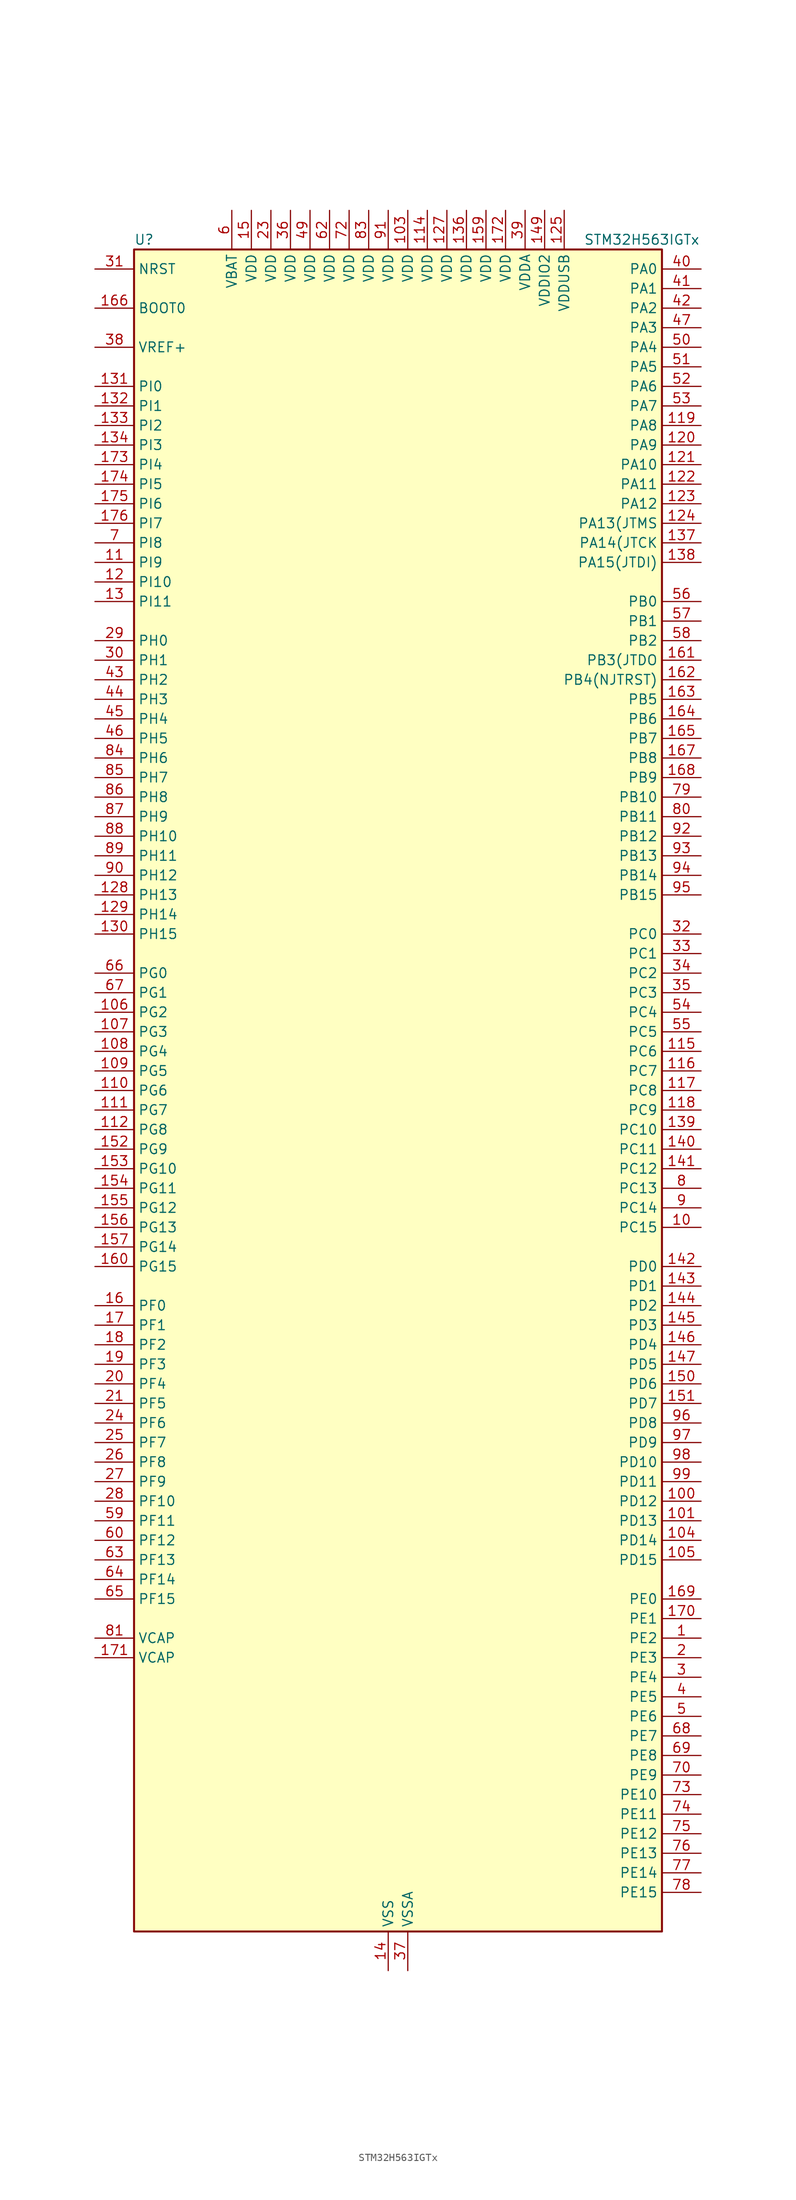
<source format=kicad_sym>
(kicad_symbol_lib
  (version 20231120)
  (generator "kicad_symbol_editor")
  (generator_version "8.0")
  (symbol "STM32H563IGTx"
    (property "Reference" "U"
      (at -33.02 110.49 0)
      (effects (font (size 1.27 1.27)) (justify left)))
    (property "Value" "STM32H563IGTx"
      (at 25.4 110.49 0)
      (effects (font (size 1.27 1.27)) (justify left)))
    (property "ki_locked" ""
      (at 0 0 0)
      (effects (font (size 1.27 1.27))))
    (symbol "STM32H563IGTx_0_1"
      (rectangle (start -33.02 -109.22) (end 35.56 109.22) (stroke (width 0.254) (type default)) (fill (type background))))
    (symbol "STM32H563IGTx_1_1"
      (pin bidirectional line (at 40.64 -71.12 180) (length 5.08) (name "PE2" (effects (font (size 1.27 1.27)))) (number "1" (effects (font (size 1.27 1.27)))) (alternate "DCMI_D3" bidirectional line) (alternate "DEBUG_TRACECLK" bidirectional line) (alternate "ETH_TXD3" bidirectional line) (alternate "FMC_A23" bidirectional line) (alternate "LPTIM1_IN2" bidirectional line) (alternate "OCTOSPI1_IO2" bidirectional line) (alternate "PSSI_D3" bidirectional line) (alternate "SAI1_CK1" bidirectional line) (alternate "SAI1_MCLK_A" bidirectional line) (alternate "SPI4_SCK" bidirectional line) (alternate "UART8_TX" bidirectional line) (alternate "USART10_RX" bidirectional line))
      (pin bidirectional line (at 40.64 -17.78 180) (length 5.08) (name "PC15" (effects (font (size 1.27 1.27)))) (number "10" (effects (font (size 1.27 1.27)))) (alternate "ADC1_EXTI15" bidirectional line) (alternate "ADC2_EXTI15" bidirectional line) (alternate "RCC_OSC32_OUT" bidirectional line))
      (pin bidirectional line (at 40.64 -53.34 180) (length 5.08) (name "PD12" (effects (font (size 1.27 1.27)))) (number "100" (effects (font (size 1.27 1.27)))) (alternate "DCMI_D12" bidirectional line) (alternate "FMC_A17" bidirectional line) (alternate "FMC_ALE" bidirectional line) (alternate "I2C4_SCL" bidirectional line) (alternate "I3C1_SCL" bidirectional line) (alternate "LPTIM1_IN1" bidirectional line) (alternate "LPTIM2_IN1" bidirectional line) (alternate "OCTOSPI1_IO1" bidirectional line) (alternate "PSSI_D12" bidirectional line) (alternate "SAI1_D1" bidirectional line) (alternate "SAI2_FS_A" bidirectional line) (alternate "TIM4_CH1" bidirectional line) (alternate "UART4_TX" bidirectional line) (alternate "USART3_RTS" bidirectional line))
      (pin bidirectional line (at 40.64 -55.88 180) (length 5.08) (name "PD13" (effects (font (size 1.27 1.27)))) (number "101" (effects (font (size 1.27 1.27)))) (alternate "DCMI_D13" bidirectional line) (alternate "FMC_A18" bidirectional line) (alternate "I2C4_SDA" bidirectional line) (alternate "I3C1_SDA" bidirectional line) (alternate "LPTIM1_CH1" bidirectional line) (alternate "LPTIM2_CH1" bidirectional line) (alternate "LPTIM4_IN1" bidirectional line) (alternate "OCTOSPI1_IO3" bidirectional line) (alternate "PSSI_D13" bidirectional line) (alternate "SAI2_SCK_A" bidirectional line) (alternate "TIM4_CH2" bidirectional line) (alternate "UART9_RTS" bidirectional line))
      (pin passive line (at 0 -114.3 90) (length 5.08) hide (name "VSS" (effects (font (size 1.27 1.27)))) (number "102" (effects (font (size 1.27 1.27)))))
      (pin power_in line (at 2.54 114.3 270) (length 5.08) (name "VDD" (effects (font (size 1.27 1.27)))) (number "103" (effects (font (size 1.27 1.27)))))
      (pin bidirectional line (at 40.64 -58.42 180) (length 5.08) (name "PD14" (effects (font (size 1.27 1.27)))) (number "104" (effects (font (size 1.27 1.27)))) (alternate "FMC_D0" bidirectional line) (alternate "FMC_DA0" bidirectional line) (alternate "TIM4_CH3" bidirectional line) (alternate "UART8_CTS" bidirectional line) (alternate "UART9_RX" bidirectional line))
      (pin bidirectional line (at 40.64 -60.96 180) (length 5.08) (name "PD15" (effects (font (size 1.27 1.27)))) (number "105" (effects (font (size 1.27 1.27)))) (alternate "ADC1_EXTI15" bidirectional line) (alternate "ADC2_EXTI15" bidirectional line) (alternate "FMC_D1" bidirectional line) (alternate "FMC_DA1" bidirectional line) (alternate "TIM4_CH4" bidirectional line) (alternate "UART8_RTS" bidirectional line) (alternate "UART9_TX" bidirectional line))
      (pin bidirectional line (at -38.1 10.16 0) (length 5.08) (name "PG2" (effects (font (size 1.27 1.27)))) (number "106" (effects (font (size 1.27 1.27)))) (alternate "FMC_A12" bidirectional line) (alternate "LPTIM6_ETR" bidirectional line) (alternate "TIM8_BKIN" bidirectional line) (alternate "UART12_RX" bidirectional line))
      (pin bidirectional line (at -38.1 7.62 0) (length 5.08) (name "PG3" (effects (font (size 1.27 1.27)))) (number "107" (effects (font (size 1.27 1.27)))) (alternate "FMC_A13" bidirectional line) (alternate "LPTIM5_ETR" bidirectional line) (alternate "TIM8_BKIN2" bidirectional line) (alternate "UART12_TX" bidirectional line))
      (pin bidirectional line (at -38.1 5.08 0) (length 5.08) (name "PG4" (effects (font (size 1.27 1.27)))) (number "108" (effects (font (size 1.27 1.27)))) (alternate "FMC_A14" bidirectional line) (alternate "FMC_BA0" bidirectional line) (alternate "LPTIM4_ETR" bidirectional line) (alternate "TIM1_BKIN2" bidirectional line))
      (pin bidirectional line (at -38.1 2.54 0) (length 5.08) (name "PG5" (effects (font (size 1.27 1.27)))) (number "109" (effects (font (size 1.27 1.27)))) (alternate "FMC_A15" bidirectional line) (alternate "FMC_BA1" bidirectional line) (alternate "TIM1_ETR" bidirectional line))
      (pin bidirectional line (at -38.1 68.58 0) (length 5.08) (name "PI9" (effects (font (size 1.27 1.27)))) (number "11" (effects (font (size 1.27 1.27)))) (alternate "DAC1_EXTI9" bidirectional line) (alternate "FDCAN1_RX" bidirectional line) (alternate "UART4_RX" bidirectional line))
      (pin bidirectional line (at -38.1 0 0) (length 5.08) (name "PG6" (effects (font (size 1.27 1.27)))) (number "110" (effects (font (size 1.27 1.27)))) (alternate "DCMI_D12" bidirectional line) (alternate "FMC_NE3" bidirectional line) (alternate "I2C4_SDA" bidirectional line) (alternate "I3C1_SDA" bidirectional line) (alternate "OCTOSPI1_NCS" bidirectional line) (alternate "PSSI_D12" bidirectional line) (alternate "SPI1_RDY" bidirectional line) (alternate "TIM17_BKIN" bidirectional line) (alternate "UCPD1_FRSTX" bidirectional line))
      (pin bidirectional line (at -38.1 -2.54 0) (length 5.08) (name "PG7" (effects (font (size 1.27 1.27)))) (number "111" (effects (font (size 1.27 1.27)))) (alternate "DCMI_D13" bidirectional line) (alternate "FMC_INT" bidirectional line) (alternate "I2C4_SCL" bidirectional line) (alternate "I3C1_SCL" bidirectional line) (alternate "PSSI_D13" bidirectional line) (alternate "SAI1_CK2" bidirectional line) (alternate "SAI1_MCLK_A" bidirectional line) (alternate "UCPD1_FRSTX" bidirectional line) (alternate "USART6_CK" bidirectional line))
      (pin bidirectional line (at -38.1 -5.08 0) (length 5.08) (name "PG8" (effects (font (size 1.27 1.27)))) (number "112" (effects (font (size 1.27 1.27)))) (alternate "ETH_PPS_OUT" bidirectional line) (alternate "FMC_SDCLK" bidirectional line) (alternate "SPI6_NSS" bidirectional line) (alternate "TIM8_ETR" bidirectional line) (alternate "USART6_RTS" bidirectional line))
      (pin passive line (at 0 -114.3 90) (length 5.08) hide (name "VSS" (effects (font (size 1.27 1.27)))) (number "113" (effects (font (size 1.27 1.27)))))
      (pin power_in line (at 5.08 114.3 270) (length 5.08) (name "VDD" (effects (font (size 1.27 1.27)))) (number "114" (effects (font (size 1.27 1.27)))))
      (pin bidirectional line (at 40.64 5.08 180) (length 5.08) (name "PC6" (effects (font (size 1.27 1.27)))) (number "115" (effects (font (size 1.27 1.27)))) (alternate "DCMI_D0" bidirectional line) (alternate "FMC_NWAIT" bidirectional line) (alternate "I2S2_MCK" bidirectional line) (alternate "OCTOSPI1_IO5" bidirectional line) (alternate "PSSI_D0" bidirectional line) (alternate "SAI1_SCK_A" bidirectional line) (alternate "SDMMC1_D0DIR" bidirectional line) (alternate "SDMMC1_D6" bidirectional line) (alternate "SDMMC2_D6" bidirectional line) (alternate "TIM3_CH1" bidirectional line) (alternate "TIM8_CH1" bidirectional line) (alternate "USART6_TX" bidirectional line))
      (pin bidirectional line (at 40.64 2.54 180) (length 5.08) (name "PC7" (effects (font (size 1.27 1.27)))) (number "116" (effects (font (size 1.27 1.27)))) (alternate "DCMI_D1" bidirectional line) (alternate "DEBUG_TRGIO" bidirectional line) (alternate "FMC_NE1" bidirectional line) (alternate "I2S3_MCK" bidirectional line) (alternate "OCTOSPI1_IO6" bidirectional line) (alternate "PSSI_D1" bidirectional line) (alternate "SDMMC1_D123DIR" bidirectional line) (alternate "SDMMC1_D7" bidirectional line) (alternate "SDMMC2_D7" bidirectional line) (alternate "TIM3_CH2" bidirectional line) (alternate "TIM8_CH2" bidirectional line) (alternate "USART6_RX" bidirectional line))
      (pin bidirectional line (at 40.64 0 180) (length 5.08) (name "PC8" (effects (font (size 1.27 1.27)))) (number "117" (effects (font (size 1.27 1.27)))) (alternate "DCMI_D2" bidirectional line) (alternate "DEBUG_TRACED1" bidirectional line) (alternate "FMC_ALE" bidirectional line) (alternate "FMC_INT" bidirectional line) (alternate "FMC_NCE" bidirectional line) (alternate "FMC_NE2" bidirectional line) (alternate "PSSI_D2" bidirectional line) (alternate "SDMMC1_D0" bidirectional line) (alternate "TIM3_CH3" bidirectional line) (alternate "TIM8_CH3" bidirectional line) (alternate "UART5_DE" bidirectional line) (alternate "UART5_RTS" bidirectional line) (alternate "USART6_CK" bidirectional line))
      (pin bidirectional line (at 40.64 -2.54 180) (length 5.08) (name "PC9" (effects (font (size 1.27 1.27)))) (number "118" (effects (font (size 1.27 1.27)))) (alternate "AUDIOCLK" bidirectional line) (alternate "DAC1_EXTI9" bidirectional line) (alternate "DCMI_D3" bidirectional line) (alternate "FMC_CLE" bidirectional line) (alternate "I2C3_SDA" bidirectional line) (alternate "OCTOSPI1_IO0" bidirectional line) (alternate "PSSI_D3" bidirectional line) (alternate "RCC_MCO_2" bidirectional line) (alternate "SDMMC1_D1" bidirectional line) (alternate "TIM3_CH4" bidirectional line) (alternate "TIM8_CH4" bidirectional line) (alternate "UART5_CTS" bidirectional line) (alternate "UCPD1_DB2" bidirectional line))
      (pin bidirectional line (at 40.64 86.36 180) (length 5.08) (name "PA8" (effects (font (size 1.27 1.27)))) (number "119" (effects (font (size 1.27 1.27)))) (alternate "DCMI_D3" bidirectional line) (alternate "FMC_NOE" bidirectional line) (alternate "I2C3_SCL" bidirectional line) (alternate "PSSI_D3" bidirectional line) (alternate "RCC_MCO_1" bidirectional line) (alternate "SPI1_RDY" bidirectional line) (alternate "TIM1_CH1" bidirectional line) (alternate "TIM8_BKIN2" bidirectional line) (alternate "UART7_RX" bidirectional line) (alternate "USART1_CK" bidirectional line) (alternate "USB_SOF" bidirectional line))
      (pin bidirectional line (at -38.1 66.04 0) (length 5.08) (name "PI10" (effects (font (size 1.27 1.27)))) (number "12" (effects (font (size 1.27 1.27)))) (alternate "ETH_RX_ER" bidirectional line) (alternate "FDCAN1_RX" bidirectional line) (alternate "PSSI_D14" bidirectional line))
      (pin bidirectional line (at 40.64 83.82 180) (length 5.08) (name "PA9" (effects (font (size 1.27 1.27)))) (number "120" (effects (font (size 1.27 1.27)))) (alternate "DAC1_EXTI9" bidirectional line) (alternate "DCMI_D0" bidirectional line) (alternate "ETH_TX_ER" bidirectional line) (alternate "FMC_NWE" bidirectional line) (alternate "I2C3_SMBA" bidirectional line) (alternate "I2S2_CK" bidirectional line) (alternate "LPUART1_TX" bidirectional line) (alternate "PSSI_D0" bidirectional line) (alternate "SPI2_SCK" bidirectional line) (alternate "TIM1_CH2" bidirectional line) (alternate "UCPD1_DB1" bidirectional line) (alternate "USART1_TX" bidirectional line))
      (pin bidirectional line (at 40.64 81.28 180) (length 5.08) (name "PA10" (effects (font (size 1.27 1.27)))) (number "121" (effects (font (size 1.27 1.27)))) (alternate "DCMI_D1" bidirectional line) (alternate "FDCAN2_TX" bidirectional line) (alternate "LPTIM2_IN2" bidirectional line) (alternate "LPUART1_RX" bidirectional line) (alternate "PSSI_D1" bidirectional line) (alternate "SDMMC1_D0" bidirectional line) (alternate "TIM1_CH3" bidirectional line) (alternate "UCPD1_FRSTX" bidirectional line) (alternate "USART1_RX" bidirectional line))
      (pin bidirectional line (at 40.64 78.74 180) (length 5.08) (name "PA11" (effects (font (size 1.27 1.27)))) (number "122" (effects (font (size 1.27 1.27)))) (alternate "ADC1_EXTI11" bidirectional line) (alternate "ADC2_EXTI11" bidirectional line) (alternate "FDCAN1_RX" bidirectional line) (alternate "I2S2_WS" bidirectional line) (alternate "LPUART1_CTS" bidirectional line) (alternate "SPI2_NSS" bidirectional line) (alternate "TIM1_CH4" bidirectional line) (alternate "UART4_RX" bidirectional line) (alternate "USART1_CTS" bidirectional line) (alternate "USART1_NSS" bidirectional line) (alternate "USB_DM" bidirectional line))
      (pin bidirectional line (at 40.64 76.2 180) (length 5.08) (name "PA12" (effects (font (size 1.27 1.27)))) (number "123" (effects (font (size 1.27 1.27)))) (alternate "FDCAN1_TX" bidirectional line) (alternate "I2S2_CK" bidirectional line) (alternate "LPUART1_RTS" bidirectional line) (alternate "SAI2_FS_B" bidirectional line) (alternate "SPI2_SCK" bidirectional line) (alternate "TIM1_ETR" bidirectional line) (alternate "UART4_TX" bidirectional line) (alternate "USART1_RTS" bidirectional line) (alternate "USB_DP" bidirectional line))
      (pin bidirectional line (at 40.64 73.66 180) (length 5.08) (name "PA13(JTMS" (effects (font (size 1.27 1.27)))) (number "124" (effects (font (size 1.27 1.27)))) (alternate "DEBUG_JTMS-SWDIO" bidirectional line))
      (pin power_in line (at 22.86 114.3 270) (length 5.08) (name "VDDUSB" (effects (font (size 1.27 1.27)))) (number "125" (effects (font (size 1.27 1.27)))))
      (pin passive line (at 0 -114.3 90) (length 5.08) hide (name "VSS" (effects (font (size 1.27 1.27)))) (number "126" (effects (font (size 1.27 1.27)))))
      (pin power_in line (at 7.62 114.3 270) (length 5.08) (name "VDD" (effects (font (size 1.27 1.27)))) (number "127" (effects (font (size 1.27 1.27)))))
      (pin bidirectional line (at -38.1 25.4 0) (length 5.08) (name "PH13" (effects (font (size 1.27 1.27)))) (number "128" (effects (font (size 1.27 1.27)))) (alternate "DCMI_D3" bidirectional line) (alternate "FDCAN1_TX" bidirectional line) (alternate "LPTIM1_IN2" bidirectional line) (alternate "PSSI_D3" bidirectional line) (alternate "TIM8_CH1N" bidirectional line) (alternate "UART4_TX" bidirectional line) (alternate "UART8_TX" bidirectional line))
      (pin bidirectional line (at -38.1 22.86 0) (length 5.08) (name "PH14" (effects (font (size 1.27 1.27)))) (number "129" (effects (font (size 1.27 1.27)))) (alternate "DCMI_D4" bidirectional line) (alternate "FDCAN1_RX" bidirectional line) (alternate "PSSI_D4" bidirectional line) (alternate "TIM8_CH2N" bidirectional line) (alternate "UART4_RX" bidirectional line))
      (pin bidirectional line (at -38.1 63.5 0) (length 5.08) (name "PI11" (effects (font (size 1.27 1.27)))) (number "13" (effects (font (size 1.27 1.27)))) (alternate "ADC1_EXTI11" bidirectional line) (alternate "ADC2_EXTI11" bidirectional line) (alternate "PSSI_D15" bidirectional line) (alternate "TAMP_IN4" bidirectional line) (alternate "TAMP_OUT5" bidirectional line))
      (pin bidirectional line (at -38.1 20.32 0) (length 5.08) (name "PH15" (effects (font (size 1.27 1.27)))) (number "130" (effects (font (size 1.27 1.27)))) (alternate "ADC1_EXTI15" bidirectional line) (alternate "ADC2_EXTI15" bidirectional line) (alternate "DCMI_D11" bidirectional line) (alternate "PSSI_D11" bidirectional line) (alternate "TIM8_CH3N" bidirectional line))
      (pin bidirectional line (at -38.1 91.44 0) (length 5.08) (name "PI0" (effects (font (size 1.27 1.27)))) (number "131" (effects (font (size 1.27 1.27)))) (alternate "DCMI_D13" bidirectional line) (alternate "I2S2_WS" bidirectional line) (alternate "PSSI_D13" bidirectional line) (alternate "SPI2_NSS" bidirectional line) (alternate "TIM5_CH4" bidirectional line))
      (pin bidirectional line (at -38.1 88.9 0) (length 5.08) (name "PI1" (effects (font (size 1.27 1.27)))) (number "132" (effects (font (size 1.27 1.27)))) (alternate "DCMI_D8" bidirectional line) (alternate "I2S2_CK" bidirectional line) (alternate "PSSI_D8" bidirectional line) (alternate "SPI2_SCK" bidirectional line) (alternate "TIM8_BKIN2" bidirectional line))
      (pin bidirectional line (at -38.1 86.36 0) (length 5.08) (name "PI2" (effects (font (size 1.27 1.27)))) (number "133" (effects (font (size 1.27 1.27)))) (alternate "DCMI_D9" bidirectional line) (alternate "I2S2_SDI" bidirectional line) (alternate "PSSI_D9" bidirectional line) (alternate "SPI2_MISO" bidirectional line) (alternate "TIM8_CH4" bidirectional line))
      (pin bidirectional line (at -38.1 83.82 0) (length 5.08) (name "PI3" (effects (font (size 1.27 1.27)))) (number "134" (effects (font (size 1.27 1.27)))) (alternate "DCMI_D10" bidirectional line) (alternate "I2S2_SDO" bidirectional line) (alternate "PSSI_D10" bidirectional line) (alternate "SPI2_MOSI" bidirectional line) (alternate "TIM8_ETR" bidirectional line))
      (pin passive line (at 0 -114.3 90) (length 5.08) hide (name "VSS" (effects (font (size 1.27 1.27)))) (number "135" (effects (font (size 1.27 1.27)))))
      (pin power_in line (at 10.16 114.3 270) (length 5.08) (name "VDD" (effects (font (size 1.27 1.27)))) (number "136" (effects (font (size 1.27 1.27)))))
      (pin bidirectional line (at 40.64 71.12 180) (length 5.08) (name "PA14(JTCK" (effects (font (size 1.27 1.27)))) (number "137" (effects (font (size 1.27 1.27)))) (alternate "DEBUG_JTCK-SWCLK" bidirectional line))
      (pin bidirectional line (at 40.64 68.58 180) (length 5.08) (name "PA15(JTDI)" (effects (font (size 1.27 1.27)))) (number "138" (effects (font (size 1.27 1.27)))) (alternate "ADC1_EXTI15" bidirectional line) (alternate "ADC2_EXTI15" bidirectional line) (alternate "CEC" bidirectional line) (alternate "DCMI_D11" bidirectional line) (alternate "DEBUG_JTDI" bidirectional line) (alternate "FMC_NBL1" bidirectional line) (alternate "I2S1_WS" bidirectional line) (alternate "I2S3_WS" bidirectional line) (alternate "LPTIM3_IN2" bidirectional line) (alternate "PSSI_D11" bidirectional line) (alternate "SPI1_NSS" bidirectional line) (alternate "SPI3_NSS" bidirectional line) (alternate "SPI6_NSS" bidirectional line) (alternate "TIM2_CH1" bidirectional line) (alternate "TIM2_ETR" bidirectional line) (alternate "UART4_DE" bidirectional line) (alternate "UART4_RTS" bidirectional line) (alternate "UART7_TX" bidirectional line))
      (pin bidirectional line (at 40.64 -5.08 180) (length 5.08) (name "PC10" (effects (font (size 1.27 1.27)))) (number "139" (effects (font (size 1.27 1.27)))) (alternate "DCMI_D8" bidirectional line) (alternate "ETH_TXD0" bidirectional line) (alternate "I2S3_CK" bidirectional line) (alternate "LPTIM3_ETR" bidirectional line) (alternate "OCTOSPI1_IO1" bidirectional line) (alternate "PSSI_D8" bidirectional line) (alternate "SDMMC1_D2" bidirectional line) (alternate "SPI3_SCK" bidirectional line) (alternate "UART4_TX" bidirectional line) (alternate "USART3_TX" bidirectional line))
      (pin power_in line (at 0 -114.3 90) (length 5.08) (name "VSS" (effects (font (size 1.27 1.27)))) (number "14" (effects (font (size 1.27 1.27)))))
      (pin bidirectional line (at 40.64 -7.62 180) (length 5.08) (name "PC11" (effects (font (size 1.27 1.27)))) (number "140" (effects (font (size 1.27 1.27)))) (alternate "ADC1_EXTI11" bidirectional line) (alternate "ADC2_EXTI11" bidirectional line) (alternate "DCMI_D4" bidirectional line) (alternate "I2S3_SDI" bidirectional line) (alternate "LPTIM3_IN1" bidirectional line) (alternate "OCTOSPI1_NCS" bidirectional line) (alternate "PSSI_D4" bidirectional line) (alternate "SDMMC1_D3" bidirectional line) (alternate "SPI3_MISO" bidirectional line) (alternate "UART4_RX" bidirectional line) (alternate "USART3_RX" bidirectional line))
      (pin bidirectional line (at 40.64 -10.16 180) (length 5.08) (name "PC12" (effects (font (size 1.27 1.27)))) (number "141" (effects (font (size 1.27 1.27)))) (alternate "DCMI_D9" bidirectional line) (alternate "DEBUG_TRACED3" bidirectional line) (alternate "I2S3_SDO" bidirectional line) (alternate "PSSI_D9" bidirectional line) (alternate "SDMMC1_CK" bidirectional line) (alternate "SPI3_MOSI" bidirectional line) (alternate "SPI6_SCK" bidirectional line) (alternate "TIM15_CH1" bidirectional line) (alternate "UART5_TX" bidirectional line) (alternate "USART3_CK" bidirectional line))
      (pin bidirectional line (at 40.64 -22.86 180) (length 5.08) (name "PD0" (effects (font (size 1.27 1.27)))) (number "142" (effects (font (size 1.27 1.27)))) (alternate "FDCAN1_RX" bidirectional line) (alternate "FMC_D2" bidirectional line) (alternate "FMC_DA2" bidirectional line) (alternate "TIM8_CH4N" bidirectional line) (alternate "UART4_RX" bidirectional line) (alternate "UART9_CTS" bidirectional line))
      (pin bidirectional line (at 40.64 -25.4 180) (length 5.08) (name "PD1" (effects (font (size 1.27 1.27)))) (number "143" (effects (font (size 1.27 1.27)))) (alternate "FDCAN1_TX" bidirectional line) (alternate "FMC_D3" bidirectional line) (alternate "FMC_DA3" bidirectional line) (alternate "UART4_TX" bidirectional line))
      (pin bidirectional line (at 40.64 -27.94 180) (length 5.08) (name "PD2" (effects (font (size 1.27 1.27)))) (number "144" (effects (font (size 1.27 1.27)))) (alternate "DCMI_D11" bidirectional line) (alternate "DEBUG_TRACED2" bidirectional line) (alternate "LPTIM4_ETR" bidirectional line) (alternate "PSSI_D11" bidirectional line) (alternate "PWR_WKUP7" bidirectional line) (alternate "SDMMC1_CMD" bidirectional line) (alternate "TIM15_BKIN" bidirectional line) (alternate "TIM3_ETR" bidirectional line) (alternate "UART5_RX" bidirectional line))
      (pin bidirectional line (at 40.64 -30.48 180) (length 5.08) (name "PD3" (effects (font (size 1.27 1.27)))) (number "145" (effects (font (size 1.27 1.27)))) (alternate "DCMI_D5" bidirectional line) (alternate "FMC_CLK" bidirectional line) (alternate "I2S2_CK" bidirectional line) (alternate "PSSI_D5" bidirectional line) (alternate "PWR_WKUP8" bidirectional line) (alternate "SPI2_SCK" bidirectional line) (alternate "USART2_CTS" bidirectional line) (alternate "USART2_NSS" bidirectional line))
      (pin bidirectional line (at 40.64 -33.02 180) (length 5.08) (name "PD4" (effects (font (size 1.27 1.27)))) (number "146" (effects (font (size 1.27 1.27)))) (alternate "FMC_NOE" bidirectional line) (alternate "OCTOSPI1_IO4" bidirectional line) (alternate "USART2_RTS" bidirectional line))
      (pin bidirectional line (at 40.64 -35.56 180) (length 5.08) (name "PD5" (effects (font (size 1.27 1.27)))) (number "147" (effects (font (size 1.27 1.27)))) (alternate "FDCAN1_TX" bidirectional line) (alternate "FMC_NWE" bidirectional line) (alternate "OCTOSPI1_IO5" bidirectional line) (alternate "SPI2_RDY" bidirectional line) (alternate "TIM1_CH4N" bidirectional line) (alternate "USART2_TX" bidirectional line))
      (pin passive line (at 0 -114.3 90) (length 5.08) hide (name "VSS" (effects (font (size 1.27 1.27)))) (number "148" (effects (font (size 1.27 1.27)))))
      (pin power_in line (at 20.32 114.3 270) (length 5.08) (name "VDDIO2" (effects (font (size 1.27 1.27)))) (number "149" (effects (font (size 1.27 1.27)))))
      (pin power_in line (at -17.78 114.3 270) (length 5.08) (name "VDD" (effects (font (size 1.27 1.27)))) (number "15" (effects (font (size 1.27 1.27)))))
      (pin bidirectional line (at 40.64 -38.1 180) (length 5.08) (name "PD6" (effects (font (size 1.27 1.27)))) (number "150" (effects (font (size 1.27 1.27)))) (alternate "DCMI_D10" bidirectional line) (alternate "FMC_NWAIT" bidirectional line) (alternate "I2S3_SDO" bidirectional line) (alternate "OCTOSPI1_IO6" bidirectional line) (alternate "PSSI_D10" bidirectional line) (alternate "SAI1_D1" bidirectional line) (alternate "SAI1_SD_A" bidirectional line) (alternate "SDMMC2_CK" bidirectional line) (alternate "SPI3_MOSI" bidirectional line) (alternate "USART2_RX" bidirectional line))
      (pin bidirectional line (at 40.64 -40.64 180) (length 5.08) (name "PD7" (effects (font (size 1.27 1.27)))) (number "151" (effects (font (size 1.27 1.27)))) (alternate "FMC_NCE" bidirectional line) (alternate "FMC_NE1" bidirectional line) (alternate "I2S1_SDO" bidirectional line) (alternate "LPTIM4_OUT" bidirectional line) (alternate "OCTOSPI1_IO7" bidirectional line) (alternate "SDMMC2_CMD" bidirectional line) (alternate "SPI1_MOSI" bidirectional line) (alternate "USART2_CK" bidirectional line))
      (pin bidirectional line (at -38.1 -7.62 0) (length 5.08) (name "PG9" (effects (font (size 1.27 1.27)))) (number "152" (effects (font (size 1.27 1.27)))) (alternate "DAC1_EXTI9" bidirectional line) (alternate "DCMI_VSYNC" bidirectional line) (alternate "FMC_NCE" bidirectional line) (alternate "FMC_NE2" bidirectional line) (alternate "I2S1_SDI" bidirectional line) (alternate "OCTOSPI1_IO6" bidirectional line) (alternate "PSSI_RDY" bidirectional line) (alternate "SAI2_FS_B" bidirectional line) (alternate "SDMMC2_D0" bidirectional line) (alternate "SPI1_MISO" bidirectional line) (alternate "USART6_RX" bidirectional line))
      (pin bidirectional line (at -38.1 -10.16 0) (length 5.08) (name "PG10" (effects (font (size 1.27 1.27)))) (number "153" (effects (font (size 1.27 1.27)))) (alternate "DCMI_D2" bidirectional line) (alternate "FMC_NE3" bidirectional line) (alternate "I2S1_WS" bidirectional line) (alternate "PSSI_D2" bidirectional line) (alternate "SAI2_SD_B" bidirectional line) (alternate "SDMMC2_D1" bidirectional line) (alternate "SPI1_NSS" bidirectional line))
      (pin bidirectional line (at -38.1 -12.7 0) (length 5.08) (name "PG11" (effects (font (size 1.27 1.27)))) (number "154" (effects (font (size 1.27 1.27)))) (alternate "ADC1_EXTI11" bidirectional line) (alternate "ADC2_EXTI11" bidirectional line) (alternate "DCMI_D3" bidirectional line) (alternate "ETH_TX_EN" bidirectional line) (alternate "I2S1_CK" bidirectional line) (alternate "LPTIM1_IN2" bidirectional line) (alternate "PSSI_D3" bidirectional line) (alternate "SDMMC2_D2" bidirectional line) (alternate "SPI1_SCK" bidirectional line) (alternate "USART10_RX" bidirectional line) (alternate "USART11_RTS" bidirectional line))
      (pin bidirectional line (at -38.1 -15.24 0) (length 5.08) (name "PG12" (effects (font (size 1.27 1.27)))) (number "155" (effects (font (size 1.27 1.27)))) (alternate "DCMI_D11" bidirectional line) (alternate "ETH_TXD1" bidirectional line) (alternate "FMC_NE4" bidirectional line) (alternate "LPTIM1_IN1" bidirectional line) (alternate "LPTIM5_CH1" bidirectional line) (alternate "PSSI_D11" bidirectional line) (alternate "PSSI_D15" bidirectional line) (alternate "SDMMC2_D3" bidirectional line) (alternate "SPI6_MISO" bidirectional line) (alternate "USART10_TX" bidirectional line) (alternate "USART6_RTS" bidirectional line))
      (pin bidirectional line (at -38.1 -17.78 0) (length 5.08) (name "PG13" (effects (font (size 1.27 1.27)))) (number "156" (effects (font (size 1.27 1.27)))) (alternate "DEBUG_TRACED0" bidirectional line) (alternate "ETH_TXD0" bidirectional line) (alternate "FMC_A24" bidirectional line) (alternate "LPTIM1_CH1" bidirectional line) (alternate "LPTIM5_CH2" bidirectional line) (alternate "SDMMC2_D6" bidirectional line) (alternate "SPI6_SCK" bidirectional line) (alternate "USART10_CTS" bidirectional line) (alternate "USART10_NSS" bidirectional line) (alternate "USART6_CTS" bidirectional line) (alternate "USART6_NSS" bidirectional line))
      (pin bidirectional line (at -38.1 -20.32 0) (length 5.08) (name "PG14" (effects (font (size 1.27 1.27)))) (number "157" (effects (font (size 1.27 1.27)))) (alternate "DEBUG_TRACED1" bidirectional line) (alternate "ETH_TXD1" bidirectional line) (alternate "FMC_A25" bidirectional line) (alternate "LPTIM1_CH2" bidirectional line) (alternate "LPTIM1_ETR" bidirectional line) (alternate "LPTIM5_IN1" bidirectional line) (alternate "OCTOSPI1_IO7" bidirectional line) (alternate "SDMMC2_D7" bidirectional line) (alternate "SPI6_MOSI" bidirectional line) (alternate "USART10_RTS" bidirectional line) (alternate "USART6_TX" bidirectional line))
      (pin passive line (at 0 -114.3 90) (length 5.08) hide (name "VSS" (effects (font (size 1.27 1.27)))) (number "158" (effects (font (size 1.27 1.27)))))
      (pin power_in line (at 12.7 114.3 270) (length 5.08) (name "VDD" (effects (font (size 1.27 1.27)))) (number "159" (effects (font (size 1.27 1.27)))))
      (pin bidirectional line (at -38.1 -27.94 0) (length 5.08) (name "PF0" (effects (font (size 1.27 1.27)))) (number "16" (effects (font (size 1.27 1.27)))) (alternate "FMC_A0" bidirectional line) (alternate "I2C2_SDA" bidirectional line) (alternate "LPTIM5_CH1" bidirectional line))
      (pin bidirectional line (at -38.1 -22.86 0) (length 5.08) (name "PG15" (effects (font (size 1.27 1.27)))) (number "160" (effects (font (size 1.27 1.27)))) (alternate "ADC1_EXTI15" bidirectional line) (alternate "ADC2_EXTI15" bidirectional line) (alternate "DCMI_D13" bidirectional line) (alternate "FMC_SDNCAS" bidirectional line) (alternate "PSSI_D13" bidirectional line) (alternate "SPI4_RDY" bidirectional line) (alternate "USART10_CK" bidirectional line) (alternate "USART6_CTS" bidirectional line) (alternate "USART6_NSS" bidirectional line))
      (pin bidirectional line (at 40.64 55.88 180) (length 5.08) (name "PB3(JTDO" (effects (font (size 1.27 1.27)))) (number "161" (effects (font (size 1.27 1.27)))) (alternate "CRS_SYNC" bidirectional line) (alternate "DEBUG_JTDO-SWO" bidirectional line) (alternate "I2C2_SDA" bidirectional line) (alternate "I2S1_CK" bidirectional line) (alternate "I2S3_CK" bidirectional line) (alternate "LPTIM6_ETR" bidirectional line) (alternate "SDMMC2_D2" bidirectional line) (alternate "SPI1_SCK" bidirectional line) (alternate "SPI3_SCK" bidirectional line) (alternate "SPI6_SCK" bidirectional line) (alternate "TIM2_CH2" bidirectional line) (alternate "UART12_CTS" bidirectional line) (alternate "UART7_RX" bidirectional line))
      (pin bidirectional line (at 40.64 53.34 180) (length 5.08) (name "PB4(NJTRST)" (effects (font (size 1.27 1.27)))) (number "162" (effects (font (size 1.27 1.27)))) (alternate "DCMI_D7" bidirectional line) (alternate "DEBUG_JTRST" bidirectional line) (alternate "I2S1_SDI" bidirectional line) (alternate "I2S2_WS" bidirectional line) (alternate "I2S3_SDI" bidirectional line) (alternate "LPTIM1_CH2" bidirectional line) (alternate "OCTOSPI1_CLK" bidirectional line) (alternate "PSSI_D7" bidirectional line) (alternate "SDMMC2_D3" bidirectional line) (alternate "SPI1_MISO" bidirectional line) (alternate "SPI2_NSS" bidirectional line) (alternate "SPI3_MISO" bidirectional line) (alternate "SPI6_MISO" bidirectional line) (alternate "TIM16_BKIN" bidirectional line) (alternate "TIM3_CH1" bidirectional line) (alternate "UART7_TX" bidirectional line))
      (pin bidirectional line (at 40.64 50.8 180) (length 5.08) (name "PB5" (effects (font (size 1.27 1.27)))) (number "163" (effects (font (size 1.27 1.27)))) (alternate "DCMI_D10" bidirectional line) (alternate "ETH_PPS_OUT" bidirectional line) (alternate "FDCAN2_RX" bidirectional line) (alternate "FMC_SDCKE1" bidirectional line) (alternate "I2C1_SMBA" bidirectional line) (alternate "I2C4_SMBA" bidirectional line) (alternate "I2S1_SDO" bidirectional line) (alternate "I2S3_SDO" bidirectional line) (alternate "OCTOSPI1_NCLK" bidirectional line) (alternate "PSSI_D10" bidirectional line) (alternate "SPI1_MOSI" bidirectional line) (alternate "SPI3_MOSI" bidirectional line) (alternate "SPI6_MOSI" bidirectional line) (alternate "TIM17_BKIN" bidirectional line) (alternate "TIM3_CH2" bidirectional line) (alternate "UART5_RX" bidirectional line))
      (pin bidirectional line (at 40.64 48.26 180) (length 5.08) (name "PB6" (effects (font (size 1.27 1.27)))) (number "164" (effects (font (size 1.27 1.27)))) (alternate "CEC" bidirectional line) (alternate "DCMI_D5" bidirectional line) (alternate "FDCAN2_TX" bidirectional line) (alternate "FMC_SDNE1" bidirectional line) (alternate "I2C1_SCL" bidirectional line) (alternate "I2C4_SCL" bidirectional line) (alternate "I3C1_SCL" bidirectional line) (alternate "LPUART1_TX" bidirectional line) (alternate "OCTOSPI1_NCS" bidirectional line) (alternate "PSSI_D5" bidirectional line) (alternate "TIM16_CH1N" bidirectional line) (alternate "TIM4_CH1" bidirectional line) (alternate "UART5_TX" bidirectional line) (alternate "USART1_TX" bidirectional line))
      (pin bidirectional line (at 40.64 45.72 180) (length 5.08) (name "PB7" (effects (font (size 1.27 1.27)))) (number "165" (effects (font (size 1.27 1.27)))) (alternate "DCMI_VSYNC" bidirectional line) (alternate "FDCAN1_TX" bidirectional line) (alternate "FMC_NL" bidirectional line) (alternate "I2C1_SDA" bidirectional line) (alternate "I2C4_SDA" bidirectional line) (alternate "I3C1_SDA" bidirectional line) (alternate "LPUART1_RX" bidirectional line) (alternate "PSSI_RDY" bidirectional line) (alternate "PWR_WKUP5" bidirectional line) (alternate "SDMMC2_CKIN" bidirectional line) (alternate "SDMMC2_D5" bidirectional line) (alternate "TIM17_CH1N" bidirectional line) (alternate "TIM4_CH2" bidirectional line) (alternate "USART1_RX" bidirectional line))
      (pin input line (at -38.1 101.6 0) (length 5.08) (name "BOOT0" (effects (font (size 1.27 1.27)))) (number "166" (effects (font (size 1.27 1.27)))))
      (pin bidirectional line (at 40.64 43.18 180) (length 5.08) (name "PB8" (effects (font (size 1.27 1.27)))) (number "167" (effects (font (size 1.27 1.27)))) (alternate "DCMI_D6" bidirectional line) (alternate "ETH_TXD3" bidirectional line) (alternate "FDCAN1_RX" bidirectional line) (alternate "I2C1_SCL" bidirectional line) (alternate "I2C4_SCL" bidirectional line) (alternate "I3C1_SCL" bidirectional line) (alternate "PSSI_D6" bidirectional line) (alternate "SDMMC1_CKIN" bidirectional line) (alternate "SDMMC1_D4" bidirectional line) (alternate "SDMMC2_D4" bidirectional line) (alternate "SPI4_RDY" bidirectional line) (alternate "TIM16_CH1" bidirectional line) (alternate "TIM4_CH3" bidirectional line) (alternate "UART4_RX" bidirectional line))
      (pin bidirectional line (at 40.64 40.64 180) (length 5.08) (name "PB9" (effects (font (size 1.27 1.27)))) (number "168" (effects (font (size 1.27 1.27)))) (alternate "DAC1_EXTI9" bidirectional line) (alternate "DCMI_D7" bidirectional line) (alternate "FDCAN1_TX" bidirectional line) (alternate "I2C1_SDA" bidirectional line) (alternate "I2C4_SDA" bidirectional line) (alternate "I2S2_WS" bidirectional line) (alternate "I3C1_SDA" bidirectional line) (alternate "PSSI_D7" bidirectional line) (alternate "SDMMC1_CDIR" bidirectional line) (alternate "SDMMC1_D5" bidirectional line) (alternate "SDMMC2_CKIN" bidirectional line) (alternate "SDMMC2_D5" bidirectional line) (alternate "SPI2_NSS" bidirectional line) (alternate "TIM17_CH1" bidirectional line) (alternate "TIM4_CH4" bidirectional line) (alternate "UART4_TX" bidirectional line))
      (pin bidirectional line (at 40.64 -66.04 180) (length 5.08) (name "PE0" (effects (font (size 1.27 1.27)))) (number "169" (effects (font (size 1.27 1.27)))) (alternate "DCMI_D2" bidirectional line) (alternate "FDCAN1_RX" bidirectional line) (alternate "FMC_NBL0" bidirectional line) (alternate "LPTIM1_ETR" bidirectional line) (alternate "LPTIM2_CH2" bidirectional line) (alternate "LPTIM2_ETR" bidirectional line) (alternate "PSSI_D2" bidirectional line) (alternate "SAI2_MCLK_A" bidirectional line) (alternate "SPI3_RDY" bidirectional line) (alternate "TIM4_ETR" bidirectional line) (alternate "UART8_RX" bidirectional line))
      (pin bidirectional line (at -38.1 -30.48 0) (length 5.08) (name "PF1" (effects (font (size 1.27 1.27)))) (number "17" (effects (font (size 1.27 1.27)))) (alternate "FMC_A1" bidirectional line) (alternate "I2C2_SCL" bidirectional line) (alternate "LPTIM5_CH2" bidirectional line))
      (pin bidirectional line (at 40.64 -68.58 180) (length 5.08) (name "PE1" (effects (font (size 1.27 1.27)))) (number "170" (effects (font (size 1.27 1.27)))) (alternate "DCMI_D3" bidirectional line) (alternate "FDCAN1_TX" bidirectional line) (alternate "FMC_NBL1" bidirectional line) (alternate "LPTIM1_IN2" bidirectional line) (alternate "PSSI_D3" bidirectional line) (alternate "UART8_TX" bidirectional line))
      (pin power_out line (at -38.1 -73.66 0) (length 5.08) (name "VCAP" (effects (font (size 1.27 1.27)))) (number "171" (effects (font (size 1.27 1.27)))))
      (pin power_in line (at 15.24 114.3 270) (length 5.08) (name "VDD" (effects (font (size 1.27 1.27)))) (number "172" (effects (font (size 1.27 1.27)))))
      (pin bidirectional line (at -38.1 81.28 0) (length 5.08) (name "PI4" (effects (font (size 1.27 1.27)))) (number "173" (effects (font (size 1.27 1.27)))) (alternate "DCMI_D5" bidirectional line) (alternate "PSSI_D5" bidirectional line) (alternate "SAI2_MCLK_A" bidirectional line) (alternate "SPI2_RDY" bidirectional line) (alternate "TIM8_BKIN" bidirectional line))
      (pin bidirectional line (at -38.1 78.74 0) (length 5.08) (name "PI5" (effects (font (size 1.27 1.27)))) (number "174" (effects (font (size 1.27 1.27)))) (alternate "DCMI_VSYNC" bidirectional line) (alternate "PSSI_RDY" bidirectional line) (alternate "SAI2_SCK_A" bidirectional line) (alternate "TIM8_CH1" bidirectional line))
      (pin bidirectional line (at -38.1 76.2 0) (length 5.08) (name "PI6" (effects (font (size 1.27 1.27)))) (number "175" (effects (font (size 1.27 1.27)))) (alternate "DCMI_D6" bidirectional line) (alternate "PSSI_D6" bidirectional line) (alternate "SAI2_SD_A" bidirectional line) (alternate "TIM8_CH2" bidirectional line))
      (pin bidirectional line (at -38.1 73.66 0) (length 5.08) (name "PI7" (effects (font (size 1.27 1.27)))) (number "176" (effects (font (size 1.27 1.27)))) (alternate "DCMI_D7" bidirectional line) (alternate "PSSI_D7" bidirectional line) (alternate "SAI2_FS_A" bidirectional line) (alternate "TIM8_CH3" bidirectional line))
      (pin bidirectional line (at -38.1 -33.02 0) (length 5.08) (name "PF2" (effects (font (size 1.27 1.27)))) (number "18" (effects (font (size 1.27 1.27)))) (alternate "FMC_A2" bidirectional line) (alternate "I2C2_SMBA" bidirectional line) (alternate "LPTIM3_CH2" bidirectional line) (alternate "LPTIM3_IN2" bidirectional line) (alternate "LPTIM5_IN1" bidirectional line) (alternate "UART12_TX" bidirectional line) (alternate "USART11_CK" bidirectional line))
      (pin bidirectional line (at -38.1 -35.56 0) (length 5.08) (name "PF3" (effects (font (size 1.27 1.27)))) (number "19" (effects (font (size 1.27 1.27)))) (alternate "FMC_A3" bidirectional line) (alternate "LPTIM3_IN1" bidirectional line) (alternate "LPTIM5_IN2" bidirectional line) (alternate "USART11_TX" bidirectional line))
      (pin bidirectional line (at 40.64 -73.66 180) (length 5.08) (name "PE3" (effects (font (size 1.27 1.27)))) (number "2" (effects (font (size 1.27 1.27)))) (alternate "DEBUG_TRACED0" bidirectional line) (alternate "FMC_A19" bidirectional line) (alternate "SAI1_SD_B" bidirectional line) (alternate "TAMP_IN6" bidirectional line) (alternate "TAMP_OUT3" bidirectional line) (alternate "TIM15_BKIN" bidirectional line) (alternate "USART10_TX" bidirectional line))
      (pin bidirectional line (at -38.1 -38.1 0) (length 5.08) (name "PF4" (effects (font (size 1.27 1.27)))) (number "20" (effects (font (size 1.27 1.27)))) (alternate "FMC_A4" bidirectional line) (alternate "LPTIM3_ETR" bidirectional line) (alternate "USART11_RX" bidirectional line))
      (pin bidirectional line (at -38.1 -40.64 0) (length 5.08) (name "PF5" (effects (font (size 1.27 1.27)))) (number "21" (effects (font (size 1.27 1.27)))) (alternate "FMC_A5" bidirectional line) (alternate "I2C4_SCL" bidirectional line) (alternate "I3C1_SCL" bidirectional line) (alternate "LPTIM3_CH1" bidirectional line) (alternate "LPTIM3_IN1" bidirectional line) (alternate "UART12_RX" bidirectional line) (alternate "USART11_CTS" bidirectional line) (alternate "USART11_NSS" bidirectional line))
      (pin passive line (at 0 -114.3 90) (length 5.08) hide (name "VSS" (effects (font (size 1.27 1.27)))) (number "22" (effects (font (size 1.27 1.27)))))
      (pin power_in line (at -15.24 114.3 270) (length 5.08) (name "VDD" (effects (font (size 1.27 1.27)))) (number "23" (effects (font (size 1.27 1.27)))))
      (pin bidirectional line (at -38.1 -43.18 0) (length 5.08) (name "PF6" (effects (font (size 1.27 1.27)))) (number "24" (effects (font (size 1.27 1.27)))) (alternate "LPTIM5_CH1" bidirectional line) (alternate "OCTOSPI1_IO3" bidirectional line) (alternate "SAI1_SD_B" bidirectional line) (alternate "SPI5_NSS" bidirectional line) (alternate "TIM16_CH1" bidirectional line) (alternate "UART7_RX" bidirectional line))
      (pin bidirectional line (at -38.1 -45.72 0) (length 5.08) (name "PF7" (effects (font (size 1.27 1.27)))) (number "25" (effects (font (size 1.27 1.27)))) (alternate "LPTIM5_CH2" bidirectional line) (alternate "OCTOSPI1_IO2" bidirectional line) (alternate "SAI1_MCLK_B" bidirectional line) (alternate "SPI5_SCK" bidirectional line) (alternate "TIM17_CH1" bidirectional line) (alternate "UART7_TX" bidirectional line))
      (pin bidirectional line (at -38.1 -48.26 0) (length 5.08) (name "PF8" (effects (font (size 1.27 1.27)))) (number "26" (effects (font (size 1.27 1.27)))) (alternate "LPTIM5_IN1" bidirectional line) (alternate "OCTOSPI1_IO0" bidirectional line) (alternate "SAI1_SCK_B" bidirectional line) (alternate "SPI5_MISO" bidirectional line) (alternate "TIM13_CH1" bidirectional line) (alternate "TIM16_CH1N" bidirectional line) (alternate "UART7_RTS" bidirectional line))
      (pin bidirectional line (at -38.1 -50.8 0) (length 5.08) (name "PF9" (effects (font (size 1.27 1.27)))) (number "27" (effects (font (size 1.27 1.27)))) (alternate "DAC1_EXTI9" bidirectional line) (alternate "LPTIM5_IN2" bidirectional line) (alternate "OCTOSPI1_IO1" bidirectional line) (alternate "SAI1_FS_B" bidirectional line) (alternate "SPI5_MOSI" bidirectional line) (alternate "TIM14_CH1" bidirectional line) (alternate "TIM17_CH1N" bidirectional line) (alternate "UART7_CTS" bidirectional line))
      (pin bidirectional line (at -38.1 -53.34 0) (length 5.08) (name "PF10" (effects (font (size 1.27 1.27)))) (number "28" (effects (font (size 1.27 1.27)))) (alternate "DCMI_D11" bidirectional line) (alternate "OCTOSPI1_CLK" bidirectional line) (alternate "PSSI_D11" bidirectional line) (alternate "PSSI_D15" bidirectional line) (alternate "SAI1_D3" bidirectional line) (alternate "TIM16_BKIN" bidirectional line))
      (pin bidirectional line (at -38.1 58.42 0) (length 5.08) (name "PH0" (effects (font (size 1.27 1.27)))) (number "29" (effects (font (size 1.27 1.27)))) (alternate "RCC_OSC_IN" bidirectional line))
      (pin bidirectional line (at 40.64 -76.2 180) (length 5.08) (name "PE4" (effects (font (size 1.27 1.27)))) (number "3" (effects (font (size 1.27 1.27)))) (alternate "DCMI_D4" bidirectional line) (alternate "DEBUG_TRACED1" bidirectional line) (alternate "FMC_A20" bidirectional line) (alternate "PSSI_D4" bidirectional line) (alternate "SAI1_D2" bidirectional line) (alternate "SAI1_FS_A" bidirectional line) (alternate "SPI4_NSS" bidirectional line) (alternate "TAMP_IN7" bidirectional line) (alternate "TAMP_OUT8" bidirectional line) (alternate "TIM15_CH1N" bidirectional line))
      (pin bidirectional line (at -38.1 55.88 0) (length 5.08) (name "PH1" (effects (font (size 1.27 1.27)))) (number "30" (effects (font (size 1.27 1.27)))) (alternate "RCC_OSC_OUT" bidirectional line))
      (pin input line (at -38.1 106.68 0) (length 5.08) (name "NRST" (effects (font (size 1.27 1.27)))) (number "31" (effects (font (size 1.27 1.27)))))
      (pin bidirectional line (at 40.64 20.32 180) (length 5.08) (name "PC0" (effects (font (size 1.27 1.27)))) (number "32" (effects (font (size 1.27 1.27)))) (alternate "ADC1_INP10" bidirectional line) (alternate "ADC2_INP10" bidirectional line) (alternate "FMC_A25" bidirectional line) (alternate "FMC_SDNWE" bidirectional line) (alternate "OCTOSPI1_IO7" bidirectional line) (alternate "SAI1_MCLK_A" bidirectional line) (alternate "SAI2_FS_B" bidirectional line) (alternate "SPI2_RDY" bidirectional line) (alternate "TIM16_BKIN" bidirectional line))
      (pin bidirectional line (at 40.64 17.78 180) (length 5.08) (name "PC1" (effects (font (size 1.27 1.27)))) (number "33" (effects (font (size 1.27 1.27)))) (alternate "ADC1_INN10" bidirectional line) (alternate "ADC1_INP11" bidirectional line) (alternate "ADC2_INN10" bidirectional line) (alternate "ADC2_INP11" bidirectional line) (alternate "DEBUG_TRACED0" bidirectional line) (alternate "ETH_MDC" bidirectional line) (alternate "I2S2_SDO" bidirectional line) (alternate "OCTOSPI1_IO4" bidirectional line) (alternate "PWR_WKUP6" bidirectional line) (alternate "SAI1_D1" bidirectional line) (alternate "SAI1_SD_A" bidirectional line) (alternate "SAI2_SD_A" bidirectional line) (alternate "SDMMC2_CK" bidirectional line) (alternate "SPI2_MOSI" bidirectional line) (alternate "TAMP_IN3" bidirectional line) (alternate "TAMP_OUT5" bidirectional line) (alternate "USART11_RTS" bidirectional line))
      (pin bidirectional line (at 40.64 15.24 180) (length 5.08) (name "PC2" (effects (font (size 1.27 1.27)))) (number "34" (effects (font (size 1.27 1.27)))) (alternate "ADC1_INN11" bidirectional line) (alternate "ADC1_INP12" bidirectional line) (alternate "ADC2_INN11" bidirectional line) (alternate "ADC2_INP12" bidirectional line) (alternate "ETH_TXD2" bidirectional line) (alternate "FMC_SDNE0" bidirectional line) (alternate "I2S2_SDI" bidirectional line) (alternate "OCTOSPI1_IO2" bidirectional line) (alternate "OCTOSPI1_IO5" bidirectional line) (alternate "PWR_CSLEEP" bidirectional line) (alternate "SPI2_MISO" bidirectional line) (alternate "TIM17_CH1" bidirectional line) (alternate "TIM4_CH4" bidirectional line))
      (pin bidirectional line (at 40.64 12.7 180) (length 5.08) (name "PC3" (effects (font (size 1.27 1.27)))) (number "35" (effects (font (size 1.27 1.27)))) (alternate "ADC1_INN12" bidirectional line) (alternate "ADC1_INP13" bidirectional line) (alternate "ADC2_INN12" bidirectional line) (alternate "ADC2_INP13" bidirectional line) (alternate "ETH_TX_CLK" bidirectional line) (alternate "FMC_SDCKE0" bidirectional line) (alternate "I2S2_SDO" bidirectional line) (alternate "LPTIM3_CH1" bidirectional line) (alternate "OCTOSPI1_IO0" bidirectional line) (alternate "OCTOSPI1_IO6" bidirectional line) (alternate "PWR_CSTOP" bidirectional line) (alternate "SAI1_D3" bidirectional line) (alternate "SPI2_MOSI" bidirectional line))
      (pin power_in line (at -12.7 114.3 270) (length 5.08) (name "VDD" (effects (font (size 1.27 1.27)))) (number "36" (effects (font (size 1.27 1.27)))))
      (pin power_in line (at 2.54 -114.3 90) (length 5.08) (name "VSSA" (effects (font (size 1.27 1.27)))) (number "37" (effects (font (size 1.27 1.27)))))
      (pin input line (at -38.1 96.52 0) (length 5.08) (name "VREF+" (effects (font (size 1.27 1.27)))) (number "38" (effects (font (size 1.27 1.27)))))
      (pin power_in line (at 17.78 114.3 270) (length 5.08) (name "VDDA" (effects (font (size 1.27 1.27)))) (number "39" (effects (font (size 1.27 1.27)))))
      (pin bidirectional line (at 40.64 -78.74 180) (length 5.08) (name "PE5" (effects (font (size 1.27 1.27)))) (number "4" (effects (font (size 1.27 1.27)))) (alternate "DCMI_D6" bidirectional line) (alternate "DEBUG_TRACED2" bidirectional line) (alternate "FMC_A21" bidirectional line) (alternate "PSSI_D6" bidirectional line) (alternate "SAI1_CK2" bidirectional line) (alternate "SAI1_SCK_A" bidirectional line) (alternate "SPI4_MISO" bidirectional line) (alternate "TAMP_IN8" bidirectional line) (alternate "TAMP_OUT7" bidirectional line) (alternate "TIM15_CH1" bidirectional line))
      (pin bidirectional line (at 40.64 106.68 180) (length 5.08) (name "PA0" (effects (font (size 1.27 1.27)))) (number "40" (effects (font (size 1.27 1.27)))) (alternate "ADC1_INN1" bidirectional line) (alternate "ADC1_INP0" bidirectional line) (alternate "ADC2_INN1" bidirectional line) (alternate "ADC2_INP0" bidirectional line) (alternate "ETH_CRS" bidirectional line) (alternate "PWR_WKUP1" bidirectional line) (alternate "SAI2_SD_B" bidirectional line) (alternate "SDMMC2_CMD" bidirectional line) (alternate "SPI3_RDY" bidirectional line) (alternate "SPI6_NSS" bidirectional line) (alternate "TAMP_IN2" bidirectional line) (alternate "TAMP_OUT1" bidirectional line) (alternate "TIM15_BKIN" bidirectional line) (alternate "TIM2_CH1" bidirectional line) (alternate "TIM2_ETR" bidirectional line) (alternate "TIM5_CH1" bidirectional line) (alternate "TIM8_ETR" bidirectional line) (alternate "UART4_TX" bidirectional line) (alternate "USART2_CTS" bidirectional line) (alternate "USART2_NSS" bidirectional line))
      (pin bidirectional line (at 40.64 104.14 180) (length 5.08) (name "PA1" (effects (font (size 1.27 1.27)))) (number "41" (effects (font (size 1.27 1.27)))) (alternate "ADC1_INP1" bidirectional line) (alternate "ADC2_INP1" bidirectional line) (alternate "ETH_REF_CLK" bidirectional line) (alternate "ETH_RX_CLK" bidirectional line) (alternate "LPTIM1_IN1" bidirectional line) (alternate "OCTOSPI1_DQS" bidirectional line) (alternate "OCTOSPI1_IO3" bidirectional line) (alternate "SAI2_MCLK_B" bidirectional line) (alternate "TAMP_IN5" bidirectional line) (alternate "TAMP_OUT4" bidirectional line) (alternate "TIM15_CH1N" bidirectional line) (alternate "TIM2_CH2" bidirectional line) (alternate "TIM5_CH2" bidirectional line) (alternate "UART4_RX" bidirectional line) (alternate "USART2_RTS" bidirectional line))
      (pin bidirectional line (at 40.64 101.6 180) (length 5.08) (name "PA2" (effects (font (size 1.27 1.27)))) (number "42" (effects (font (size 1.27 1.27)))) (alternate "ADC1_INP14" bidirectional line) (alternate "ADC2_INP14" bidirectional line) (alternate "ETH_MDIO" bidirectional line) (alternate "LPTIM1_IN2" bidirectional line) (alternate "PWR_WKUP2" bidirectional line) (alternate "SAI2_SCK_B" bidirectional line) (alternate "TAMP_IN4" bidirectional line) (alternate "TAMP_OUT3" bidirectional line) (alternate "TIM15_CH1" bidirectional line) (alternate "TIM2_CH3" bidirectional line) (alternate "TIM5_CH3" bidirectional line) (alternate "USART2_TX" bidirectional line))
      (pin bidirectional line (at -38.1 53.34 0) (length 5.08) (name "PH2" (effects (font (size 1.27 1.27)))) (number "43" (effects (font (size 1.27 1.27)))) (alternate "ETH_CRS" bidirectional line) (alternate "FMC_SDCKE0" bidirectional line) (alternate "LPTIM1_IN2" bidirectional line) (alternate "OCTOSPI1_IO4" bidirectional line) (alternate "SAI2_SCK_B" bidirectional line))
      (pin bidirectional line (at -38.1 50.8 0) (length 5.08) (name "PH3" (effects (font (size 1.27 1.27)))) (number "44" (effects (font (size 1.27 1.27)))) (alternate "ETH_COL" bidirectional line) (alternate "FMC_SDNE0" bidirectional line) (alternate "OCTOSPI1_IO5" bidirectional line) (alternate "SAI2_MCLK_B" bidirectional line))
      (pin bidirectional line (at -38.1 48.26 0) (length 5.08) (name "PH4" (effects (font (size 1.27 1.27)))) (number "45" (effects (font (size 1.27 1.27)))) (alternate "I2C2_SCL" bidirectional line) (alternate "PSSI_D14" bidirectional line) (alternate "SPI5_RDY" bidirectional line) (alternate "SPI6_RDY" bidirectional line))
      (pin bidirectional line (at -38.1 45.72 0) (length 5.08) (name "PH5" (effects (font (size 1.27 1.27)))) (number "46" (effects (font (size 1.27 1.27)))) (alternate "FMC_SDNWE" bidirectional line) (alternate "I2C2_SDA" bidirectional line) (alternate "SPI5_NSS" bidirectional line) (alternate "SPI6_RDY" bidirectional line))
      (pin bidirectional line (at 40.64 99.06 180) (length 5.08) (name "PA3" (effects (font (size 1.27 1.27)))) (number "47" (effects (font (size 1.27 1.27)))) (alternate "ADC1_INP15" bidirectional line) (alternate "ADC2_INP15" bidirectional line) (alternate "ETH_COL" bidirectional line) (alternate "I2S2_WS" bidirectional line) (alternate "OCTOSPI1_CLK" bidirectional line) (alternate "SAI1_SD_B" bidirectional line) (alternate "SPI2_NSS" bidirectional line) (alternate "TIM15_CH2" bidirectional line) (alternate "TIM2_CH4" bidirectional line) (alternate "TIM5_CH4" bidirectional line) (alternate "USART2_RX" bidirectional line))
      (pin passive line (at 0 -114.3 90) (length 5.08) hide (name "VSS" (effects (font (size 1.27 1.27)))) (number "48" (effects (font (size 1.27 1.27)))))
      (pin power_in line (at -10.16 114.3 270) (length 5.08) (name "VDD" (effects (font (size 1.27 1.27)))) (number "49" (effects (font (size 1.27 1.27)))))
      (pin bidirectional line (at 40.64 -81.28 180) (length 5.08) (name "PE6" (effects (font (size 1.27 1.27)))) (number "5" (effects (font (size 1.27 1.27)))) (alternate "DCMI_D7" bidirectional line) (alternate "DEBUG_TRACED3" bidirectional line) (alternate "FMC_A22" bidirectional line) (alternate "PSSI_D7" bidirectional line) (alternate "SAI1_D1" bidirectional line) (alternate "SAI1_SD_A" bidirectional line) (alternate "SAI2_MCLK_B" bidirectional line) (alternate "SPI4_MOSI" bidirectional line) (alternate "TAMP_IN3" bidirectional line) (alternate "TAMP_OUT6" bidirectional line) (alternate "TIM15_CH2" bidirectional line) (alternate "TIM1_BKIN2" bidirectional line))
      (pin bidirectional line (at 40.64 96.52 180) (length 5.08) (name "PA4" (effects (font (size 1.27 1.27)))) (number "50" (effects (font (size 1.27 1.27)))) (alternate "ADC1_INP18" bidirectional line) (alternate "ADC2_INP18" bidirectional line) (alternate "DAC1_OUT1" bidirectional line) (alternate "DCMI_HSYNC" bidirectional line) (alternate "I2S1_WS" bidirectional line) (alternate "I2S3_WS" bidirectional line) (alternate "LPTIM2_CH1" bidirectional line) (alternate "PSSI_DE" bidirectional line) (alternate "SPI1_NSS" bidirectional line) (alternate "SPI3_NSS" bidirectional line) (alternate "SPI6_NSS" bidirectional line) (alternate "TIM5_ETR" bidirectional line) (alternate "USART2_CK" bidirectional line))
      (pin bidirectional line (at 40.64 93.98 180) (length 5.08) (name "PA5" (effects (font (size 1.27 1.27)))) (number "51" (effects (font (size 1.27 1.27)))) (alternate "ADC1_INN18" bidirectional line) (alternate "ADC1_INP19" bidirectional line) (alternate "ADC2_INN18" bidirectional line) (alternate "ADC2_INP19" bidirectional line) (alternate "DAC1_OUT2" bidirectional line) (alternate "ETH_TX_EN" bidirectional line) (alternate "I2S1_CK" bidirectional line) (alternate "PSSI_D14" bidirectional line) (alternate "SPI1_SCK" bidirectional line) (alternate "SPI6_SCK" bidirectional line) (alternate "TIM2_CH1" bidirectional line) (alternate "TIM2_ETR" bidirectional line) (alternate "TIM8_CH1N" bidirectional line))
      (pin bidirectional line (at 40.64 91.44 180) (length 5.08) (name "PA6" (effects (font (size 1.27 1.27)))) (number "52" (effects (font (size 1.27 1.27)))) (alternate "ADC1_INP3" bidirectional line) (alternate "ADC2_INP3" bidirectional line) (alternate "DCMI_PIXCLK" bidirectional line) (alternate "I2S1_SDI" bidirectional line) (alternate "OCTOSPI1_IO3" bidirectional line) (alternate "PSSI_PDCK" bidirectional line) (alternate "SPI1_MISO" bidirectional line) (alternate "SPI6_MISO" bidirectional line) (alternate "TIM13_CH1" bidirectional line) (alternate "TIM1_BKIN" bidirectional line) (alternate "TIM3_CH1" bidirectional line) (alternate "TIM8_BKIN" bidirectional line) (alternate "USART11_TX" bidirectional line))
      (pin bidirectional line (at 40.64 88.9 180) (length 5.08) (name "PA7" (effects (font (size 1.27 1.27)))) (number "53" (effects (font (size 1.27 1.27)))) (alternate "ADC1_INN3" bidirectional line) (alternate "ADC1_INP7" bidirectional line) (alternate "ADC2_INN3" bidirectional line) (alternate "ADC2_INP7" bidirectional line) (alternate "ETH_CRS_DV" bidirectional line) (alternate "ETH_RX_DV" bidirectional line) (alternate "FMC_NWE" bidirectional line) (alternate "FMC_SDNWE" bidirectional line) (alternate "I2S1_SDO" bidirectional line) (alternate "OCTOSPI1_IO2" bidirectional line) (alternate "SPI1_MOSI" bidirectional line) (alternate "SPI6_MOSI" bidirectional line) (alternate "TIM14_CH1" bidirectional line) (alternate "TIM1_CH1N" bidirectional line) (alternate "TIM3_CH2" bidirectional line) (alternate "TIM8_CH1N" bidirectional line) (alternate "USART11_RX" bidirectional line))
      (pin bidirectional line (at 40.64 10.16 180) (length 5.08) (name "PC4" (effects (font (size 1.27 1.27)))) (number "54" (effects (font (size 1.27 1.27)))) (alternate "ADC1_INP4" bidirectional line) (alternate "ADC2_INP4" bidirectional line) (alternate "ETH_RXD0" bidirectional line) (alternate "FMC_SDNE0" bidirectional line) (alternate "I2S1_MCK" bidirectional line) (alternate "LPTIM2_ETR" bidirectional line) (alternate "SAI1_CK1" bidirectional line) (alternate "TIM2_CH4" bidirectional line) (alternate "USART3_RX" bidirectional line))
      (pin bidirectional line (at 40.64 7.62 180) (length 5.08) (name "PC5" (effects (font (size 1.27 1.27)))) (number "55" (effects (font (size 1.27 1.27)))) (alternate "ADC1_INN4" bidirectional line) (alternate "ADC1_INP8" bidirectional line) (alternate "ADC2_INN4" bidirectional line) (alternate "ADC2_INP8" bidirectional line) (alternate "ETH_RXD1" bidirectional line) (alternate "FMC_SDCKE0" bidirectional line) (alternate "OCTOSPI1_DQS" bidirectional line) (alternate "PSSI_D15" bidirectional line) (alternate "SAI1_D3" bidirectional line) (alternate "SAI1_FS_A" bidirectional line) (alternate "TIM1_CH4N" bidirectional line) (alternate "UART12_RTS" bidirectional line))
      (pin bidirectional line (at 40.64 63.5 180) (length 5.08) (name "PB0" (effects (font (size 1.27 1.27)))) (number "56" (effects (font (size 1.27 1.27)))) (alternate "ADC1_INN5" bidirectional line) (alternate "ADC1_INP9" bidirectional line) (alternate "ADC2_INN5" bidirectional line) (alternate "ADC2_INP9" bidirectional line) (alternate "ETH_RXD2" bidirectional line) (alternate "LPTIM3_CH1" bidirectional line) (alternate "OCTOSPI1_IO1" bidirectional line) (alternate "TIM1_CH2N" bidirectional line) (alternate "TIM3_CH3" bidirectional line) (alternate "TIM8_CH2N" bidirectional line) (alternate "UART4_CTS" bidirectional line) (alternate "USART11_CK" bidirectional line))
      (pin bidirectional line (at 40.64 60.96 180) (length 5.08) (name "PB1" (effects (font (size 1.27 1.27)))) (number "57" (effects (font (size 1.27 1.27)))) (alternate "ADC1_INP5" bidirectional line) (alternate "ADC2_INP5" bidirectional line) (alternate "ETH_RXD3" bidirectional line) (alternate "LPTIM3_CH2" bidirectional line) (alternate "OCTOSPI1_IO0" bidirectional line) (alternate "TIM1_CH3N" bidirectional line) (alternate "TIM3_CH4" bidirectional line) (alternate "TIM8_CH3N" bidirectional line))
      (pin bidirectional line (at 40.64 58.42 180) (length 5.08) (name "PB2" (effects (font (size 1.27 1.27)))) (number "58" (effects (font (size 1.27 1.27)))) (alternate "I2S3_SDO" bidirectional line) (alternate "LPTIM1_CH1" bidirectional line) (alternate "LPTIM5_ETR" bidirectional line) (alternate "OCTOSPI1_CLK" bidirectional line) (alternate "OCTOSPI1_DQS" bidirectional line) (alternate "RCC_LSCO" bidirectional line) (alternate "RTC_OUT2" bidirectional line) (alternate "SAI1_D1" bidirectional line) (alternate "SAI1_SD_A" bidirectional line) (alternate "SDMMC1_CMD" bidirectional line) (alternate "SPI1_RDY" bidirectional line) (alternate "SPI3_MOSI" bidirectional line) (alternate "TIM8_CH4N" bidirectional line))
      (pin bidirectional line (at -38.1 -55.88 0) (length 5.08) (name "PF11" (effects (font (size 1.27 1.27)))) (number "59" (effects (font (size 1.27 1.27)))) (alternate "ADC1_EXTI11" bidirectional line) (alternate "ADC1_INP2" bidirectional line) (alternate "ADC2_EXTI11" bidirectional line) (alternate "DCMI_D12" bidirectional line) (alternate "FMC_SDNRAS" bidirectional line) (alternate "LPTIM6_CH1" bidirectional line) (alternate "OCTOSPI1_NCLK" bidirectional line) (alternate "PSSI_D12" bidirectional line) (alternate "SAI2_SD_B" bidirectional line) (alternate "SPI5_MOSI" bidirectional line))
      (pin power_in line (at -20.32 114.3 270) (length 5.08) (name "VBAT" (effects (font (size 1.27 1.27)))) (number "6" (effects (font (size 1.27 1.27)))))
      (pin bidirectional line (at -38.1 -58.42 0) (length 5.08) (name "PF12" (effects (font (size 1.27 1.27)))) (number "60" (effects (font (size 1.27 1.27)))) (alternate "ADC1_INN2" bidirectional line) (alternate "ADC1_INP6" bidirectional line) (alternate "FMC_A6" bidirectional line) (alternate "LPTIM6_CH2" bidirectional line))
      (pin passive line (at 0 -114.3 90) (length 5.08) hide (name "VSS" (effects (font (size 1.27 1.27)))) (number "61" (effects (font (size 1.27 1.27)))))
      (pin power_in line (at -7.62 114.3 270) (length 5.08) (name "VDD" (effects (font (size 1.27 1.27)))) (number "62" (effects (font (size 1.27 1.27)))))
      (pin bidirectional line (at -38.1 -60.96 0) (length 5.08) (name "PF13" (effects (font (size 1.27 1.27)))) (number "63" (effects (font (size 1.27 1.27)))) (alternate "ADC2_INP2" bidirectional line) (alternate "FMC_A7" bidirectional line) (alternate "I2C4_SMBA" bidirectional line) (alternate "LPTIM6_IN1" bidirectional line))
      (pin bidirectional line (at -38.1 -63.5 0) (length 5.08) (name "PF14" (effects (font (size 1.27 1.27)))) (number "64" (effects (font (size 1.27 1.27)))) (alternate "ADC2_INN2" bidirectional line) (alternate "ADC2_INP6" bidirectional line) (alternate "FMC_A8" bidirectional line) (alternate "LPTIM6_IN2" bidirectional line))
      (pin bidirectional line (at -38.1 -66.04 0) (length 5.08) (name "PF15" (effects (font (size 1.27 1.27)))) (number "65" (effects (font (size 1.27 1.27)))) (alternate "ADC1_EXTI15" bidirectional line) (alternate "ADC2_EXTI15" bidirectional line) (alternate "FMC_A9" bidirectional line) (alternate "I2C4_SDA" bidirectional line) (alternate "I3C1_SDA" bidirectional line))
      (pin bidirectional line (at -38.1 15.24 0) (length 5.08) (name "PG0" (effects (font (size 1.27 1.27)))) (number "66" (effects (font (size 1.27 1.27)))) (alternate "FMC_A10" bidirectional line) (alternate "LPTIM4_IN1" bidirectional line) (alternate "UART9_RX" bidirectional line))
      (pin bidirectional line (at -38.1 12.7 0) (length 5.08) (name "PG1" (effects (font (size 1.27 1.27)))) (number "67" (effects (font (size 1.27 1.27)))) (alternate "FMC_A11" bidirectional line) (alternate "I2S2_SDO" bidirectional line) (alternate "SPI2_MOSI" bidirectional line) (alternate "UART9_TX" bidirectional line))
      (pin bidirectional line (at 40.64 -83.82 180) (length 5.08) (name "PE7" (effects (font (size 1.27 1.27)))) (number "68" (effects (font (size 1.27 1.27)))) (alternate "FMC_D4" bidirectional line) (alternate "FMC_DA4" bidirectional line) (alternate "OCTOSPI1_IO4" bidirectional line) (alternate "TIM1_ETR" bidirectional line) (alternate "UART12_RTS" bidirectional line) (alternate "UART7_RX" bidirectional line))
      (pin bidirectional line (at 40.64 -86.36 180) (length 5.08) (name "PE8" (effects (font (size 1.27 1.27)))) (number "69" (effects (font (size 1.27 1.27)))) (alternate "FMC_D5" bidirectional line) (alternate "FMC_DA5" bidirectional line) (alternate "OCTOSPI1_IO5" bidirectional line) (alternate "TIM1_CH1N" bidirectional line) (alternate "UART12_CTS" bidirectional line) (alternate "UART7_TX" bidirectional line))
      (pin bidirectional line (at -38.1 71.12 0) (length 5.08) (name "PI8" (effects (font (size 1.27 1.27)))) (number "7" (effects (font (size 1.27 1.27)))) (alternate "PWR_WKUP3" bidirectional line) (alternate "RTC_OUT2" bidirectional line) (alternate "TAMP_IN2" bidirectional line) (alternate "TAMP_OUT3" bidirectional line))
      (pin bidirectional line (at 40.64 -88.9 180) (length 5.08) (name "PE9" (effects (font (size 1.27 1.27)))) (number "70" (effects (font (size 1.27 1.27)))) (alternate "DAC1_EXTI9" bidirectional line) (alternate "FMC_D6" bidirectional line) (alternate "FMC_DA6" bidirectional line) (alternate "OCTOSPI1_IO6" bidirectional line) (alternate "TIM1_CH1" bidirectional line) (alternate "UART12_RX" bidirectional line) (alternate "UART7_RTS" bidirectional line))
      (pin passive line (at 0 -114.3 90) (length 5.08) hide (name "VSS" (effects (font (size 1.27 1.27)))) (number "71" (effects (font (size 1.27 1.27)))))
      (pin power_in line (at -5.08 114.3 270) (length 5.08) (name "VDD" (effects (font (size 1.27 1.27)))) (number "72" (effects (font (size 1.27 1.27)))))
      (pin bidirectional line (at 40.64 -91.44 180) (length 5.08) (name "PE10" (effects (font (size 1.27 1.27)))) (number "73" (effects (font (size 1.27 1.27)))) (alternate "FMC_D7" bidirectional line) (alternate "FMC_DA7" bidirectional line) (alternate "OCTOSPI1_IO7" bidirectional line) (alternate "TIM1_CH2N" bidirectional line) (alternate "UART12_TX" bidirectional line) (alternate "UART7_CTS" bidirectional line))
      (pin bidirectional line (at 40.64 -93.98 180) (length 5.08) (name "PE11" (effects (font (size 1.27 1.27)))) (number "74" (effects (font (size 1.27 1.27)))) (alternate "ADC1_EXTI11" bidirectional line) (alternate "ADC2_EXTI11" bidirectional line) (alternate "FMC_D8" bidirectional line) (alternate "FMC_DA8" bidirectional line) (alternate "OCTOSPI1_NCS" bidirectional line) (alternate "SAI2_SD_B" bidirectional line) (alternate "SPI1_RDY" bidirectional line) (alternate "SPI4_NSS" bidirectional line) (alternate "TIM1_CH2" bidirectional line))
      (pin bidirectional line (at 40.64 -96.52 180) (length 5.08) (name "PE12" (effects (font (size 1.27 1.27)))) (number "75" (effects (font (size 1.27 1.27)))) (alternate "FMC_D9" bidirectional line) (alternate "FMC_DA9" bidirectional line) (alternate "SAI2_SCK_B" bidirectional line) (alternate "SPI4_SCK" bidirectional line) (alternate "TIM1_CH3N" bidirectional line))
      (pin bidirectional line (at 40.64 -99.06 180) (length 5.08) (name "PE13" (effects (font (size 1.27 1.27)))) (number "76" (effects (font (size 1.27 1.27)))) (alternate "FMC_D10" bidirectional line) (alternate "FMC_DA10" bidirectional line) (alternate "SAI2_FS_B" bidirectional line) (alternate "SPI4_MISO" bidirectional line) (alternate "TIM1_CH3" bidirectional line))
      (pin bidirectional line (at 40.64 -101.6 180) (length 5.08) (name "PE14" (effects (font (size 1.27 1.27)))) (number "77" (effects (font (size 1.27 1.27)))) (alternate "FMC_D11" bidirectional line) (alternate "FMC_DA11" bidirectional line) (alternate "SAI2_MCLK_B" bidirectional line) (alternate "SPI4_MOSI" bidirectional line) (alternate "TIM1_CH4" bidirectional line))
      (pin bidirectional line (at 40.64 -104.14 180) (length 5.08) (name "PE15" (effects (font (size 1.27 1.27)))) (number "78" (effects (font (size 1.27 1.27)))) (alternate "ADC1_EXTI15" bidirectional line) (alternate "ADC2_EXTI15" bidirectional line) (alternate "FMC_D12" bidirectional line) (alternate "FMC_DA12" bidirectional line) (alternate "TIM1_BKIN" bidirectional line) (alternate "TIM1_CH4N" bidirectional line) (alternate "USART10_CK" bidirectional line))
      (pin bidirectional line (at 40.64 38.1 180) (length 5.08) (name "PB10" (effects (font (size 1.27 1.27)))) (number "79" (effects (font (size 1.27 1.27)))) (alternate "ETH_RX_ER" bidirectional line) (alternate "I2C2_SCL" bidirectional line) (alternate "I2S2_CK" bidirectional line) (alternate "LPTIM2_IN1" bidirectional line) (alternate "LPTIM3_CH1" bidirectional line) (alternate "OCTOSPI1_NCS" bidirectional line) (alternate "SPI2_SCK" bidirectional line) (alternate "TIM2_CH3" bidirectional line) (alternate "USART3_TX" bidirectional line))
      (pin bidirectional line (at 40.64 -12.7 180) (length 5.08) (name "PC13" (effects (font (size 1.27 1.27)))) (number "8" (effects (font (size 1.27 1.27)))) (alternate "PWR_WKUP4" bidirectional line) (alternate "RTC_OUT1" bidirectional line) (alternate "RTC_TS" bidirectional line) (alternate "TAMP_IN1" bidirectional line) (alternate "TAMP_OUT2" bidirectional line) (alternate "TAMP_OUT3" bidirectional line))
      (pin bidirectional line (at 40.64 35.56 180) (length 5.08) (name "PB11" (effects (font (size 1.27 1.27)))) (number "80" (effects (font (size 1.27 1.27)))) (alternate "ADC1_EXTI11" bidirectional line) (alternate "ADC2_EXTI11" bidirectional line) (alternate "ETH_TX_EN" bidirectional line) (alternate "FMC_NBL1" bidirectional line) (alternate "I2C2_SDA" bidirectional line) (alternate "LPTIM2_ETR" bidirectional line) (alternate "SPI2_RDY" bidirectional line) (alternate "SPI4_RDY" bidirectional line) (alternate "TIM2_CH4" bidirectional line) (alternate "USART3_RX" bidirectional line))
      (pin power_out line (at -38.1 -71.12 0) (length 5.08) (name "VCAP" (effects (font (size 1.27 1.27)))) (number "81" (effects (font (size 1.27 1.27)))))
      (pin passive line (at 0 -114.3 90) (length 5.08) hide (name "VSS" (effects (font (size 1.27 1.27)))) (number "82" (effects (font (size 1.27 1.27)))))
      (pin power_in line (at -2.54 114.3 270) (length 5.08) (name "VDD" (effects (font (size 1.27 1.27)))) (number "83" (effects (font (size 1.27 1.27)))))
      (pin bidirectional line (at -38.1 43.18 0) (length 5.08) (name "PH6" (effects (font (size 1.27 1.27)))) (number "84" (effects (font (size 1.27 1.27)))) (alternate "DCMI_D8" bidirectional line) (alternate "ETH_RXD2" bidirectional line) (alternate "FMC_SDNE1" bidirectional line) (alternate "I2C2_SMBA" bidirectional line) (alternate "PSSI_D8" bidirectional line) (alternate "SPI5_SCK" bidirectional line) (alternate "TIM12_CH1" bidirectional line) (alternate "TIM1_CH3N" bidirectional line) (alternate "TIM8_CH1" bidirectional line))
      (pin bidirectional line (at -38.1 40.64 0) (length 5.08) (name "PH7" (effects (font (size 1.27 1.27)))) (number "85" (effects (font (size 1.27 1.27)))) (alternate "DCMI_D9" bidirectional line) (alternate "ETH_RXD3" bidirectional line) (alternate "FMC_SDCKE1" bidirectional line) (alternate "I2C3_SCL" bidirectional line) (alternate "PSSI_D9" bidirectional line) (alternate "SPI5_MISO" bidirectional line) (alternate "TIM1_CH3" bidirectional line) (alternate "TIM8_CH1N" bidirectional line))
      (pin bidirectional line (at -38.1 38.1 0) (length 5.08) (name "PH8" (effects (font (size 1.27 1.27)))) (number "86" (effects (font (size 1.27 1.27)))) (alternate "DCMI_HSYNC" bidirectional line) (alternate "I2C3_SDA" bidirectional line) (alternate "PSSI_DE" bidirectional line) (alternate "SPI5_MOSI" bidirectional line) (alternate "TIM1_CH2N" bidirectional line) (alternate "TIM5_ETR" bidirectional line) (alternate "TIM8_CH2" bidirectional line))
      (pin bidirectional line (at -38.1 35.56 0) (length 5.08) (name "PH9" (effects (font (size 1.27 1.27)))) (number "87" (effects (font (size 1.27 1.27)))) (alternate "DAC1_EXTI9" bidirectional line) (alternate "DCMI_D0" bidirectional line) (alternate "I2C3_SMBA" bidirectional line) (alternate "PSSI_D0" bidirectional line) (alternate "SPI5_NSS" bidirectional line) (alternate "TIM12_CH2" bidirectional line) (alternate "TIM1_CH2" bidirectional line) (alternate "TIM8_CH2N" bidirectional line))
      (pin bidirectional line (at -38.1 33.02 0) (length 5.08) (name "PH10" (effects (font (size 1.27 1.27)))) (number "88" (effects (font (size 1.27 1.27)))) (alternate "DCMI_D1" bidirectional line) (alternate "I2C4_SMBA" bidirectional line) (alternate "PSSI_D1" bidirectional line) (alternate "SPI5_RDY" bidirectional line) (alternate "TIM1_CH1N" bidirectional line) (alternate "TIM5_CH1" bidirectional line) (alternate "TIM8_CH3" bidirectional line))
      (pin bidirectional line (at -38.1 30.48 0) (length 5.08) (name "PH11" (effects (font (size 1.27 1.27)))) (number "89" (effects (font (size 1.27 1.27)))) (alternate "ADC1_EXTI11" bidirectional line) (alternate "ADC2_EXTI11" bidirectional line) (alternate "DCMI_D2" bidirectional line) (alternate "I2C4_SCL" bidirectional line) (alternate "I3C1_SCL" bidirectional line) (alternate "PSSI_D2" bidirectional line) (alternate "TIM1_CH1" bidirectional line) (alternate "TIM5_CH2" bidirectional line) (alternate "TIM8_CH3N" bidirectional line))
      (pin bidirectional line (at 40.64 -15.24 180) (length 5.08) (name "PC14" (effects (font (size 1.27 1.27)))) (number "9" (effects (font (size 1.27 1.27)))) (alternate "RCC_OSC32_IN" bidirectional line))
      (pin bidirectional line (at -38.1 27.94 0) (length 5.08) (name "PH12" (effects (font (size 1.27 1.27)))) (number "90" (effects (font (size 1.27 1.27)))) (alternate "DCMI_D3" bidirectional line) (alternate "I2C4_SDA" bidirectional line) (alternate "I3C1_SDA" bidirectional line) (alternate "PSSI_D3" bidirectional line) (alternate "TIM1_BKIN" bidirectional line) (alternate "TIM5_CH3" bidirectional line) (alternate "TIM8_BKIN" bidirectional line) (alternate "TIM8_CH4N" bidirectional line))
      (pin power_in line (at 0 114.3 270) (length 5.08) (name "VDD" (effects (font (size 1.27 1.27)))) (number "91" (effects (font (size 1.27 1.27)))))
      (pin bidirectional line (at 40.64 33.02 180) (length 5.08) (name "PB12" (effects (font (size 1.27 1.27)))) (number "92" (effects (font (size 1.27 1.27)))) (alternate "ETH_TXD0" bidirectional line) (alternate "FDCAN2_RX" bidirectional line) (alternate "I2C2_SDA" bidirectional line) (alternate "I2S2_WS" bidirectional line) (alternate "OCTOSPI1_NCLK" bidirectional line) (alternate "SPI2_NSS" bidirectional line) (alternate "TIM1_BKIN" bidirectional line) (alternate "UART5_RX" bidirectional line) (alternate "UCPD1_FRSTX" bidirectional line) (alternate "USART3_CK" bidirectional line))
      (pin bidirectional line (at 40.64 30.48 180) (length 5.08) (name "PB13" (effects (font (size 1.27 1.27)))) (number "93" (effects (font (size 1.27 1.27)))) (alternate "FDCAN2_TX" bidirectional line) (alternate "I2C2_SMBA" bidirectional line) (alternate "I2S2_CK" bidirectional line) (alternate "LPTIM2_CH1" bidirectional line) (alternate "LPTIM3_IN1" bidirectional line) (alternate "SDMMC1_D0" bidirectional line) (alternate "SPI2_SCK" bidirectional line) (alternate "TIM1_CH1N" bidirectional line) (alternate "UART5_TX" bidirectional line) (alternate "UCPD1_CC1" bidirectional line) (alternate "USART3_CTS" bidirectional line) (alternate "USART3_NSS" bidirectional line))
      (pin bidirectional line (at 40.64 27.94 180) (length 5.08) (name "PB14" (effects (font (size 1.27 1.27)))) (number "94" (effects (font (size 1.27 1.27)))) (alternate "I2S2_SDI" bidirectional line) (alternate "LPTIM3_ETR" bidirectional line) (alternate "SDMMC2_D0" bidirectional line) (alternate "SPI2_MISO" bidirectional line) (alternate "TIM12_CH1" bidirectional line) (alternate "TIM1_CH2N" bidirectional line) (alternate "TIM8_CH2N" bidirectional line) (alternate "UART4_DE" bidirectional line) (alternate "UART4_RTS" bidirectional line) (alternate "UCPD1_CC2" bidirectional line) (alternate "USART1_TX" bidirectional line) (alternate "USART3_RTS" bidirectional line))
      (pin bidirectional line (at 40.64 25.4 180) (length 5.08) (name "PB15" (effects (font (size 1.27 1.27)))) (number "95" (effects (font (size 1.27 1.27)))) (alternate "ADC1_EXTI15" bidirectional line) (alternate "ADC2_EXTI15" bidirectional line) (alternate "DCMI_D2" bidirectional line) (alternate "ETH_TXD1" bidirectional line) (alternate "I2S2_SDO" bidirectional line) (alternate "OCTOSPI1_CLK" bidirectional line) (alternate "PSSI_D2" bidirectional line) (alternate "PWR_PVD_IN" bidirectional line) (alternate "RTC_REFIN" bidirectional line) (alternate "SDMMC2_D1" bidirectional line) (alternate "SPI2_MOSI" bidirectional line) (alternate "TIM12_CH2" bidirectional line) (alternate "TIM1_CH3N" bidirectional line) (alternate "TIM8_CH3N" bidirectional line) (alternate "UART4_CTS" bidirectional line) (alternate "UART5_RX" bidirectional line) (alternate "USART11_CTS" bidirectional line) (alternate "USART11_NSS" bidirectional line) (alternate "USART1_RX" bidirectional line))
      (pin bidirectional line (at 40.64 -43.18 180) (length 5.08) (name "PD8" (effects (font (size 1.27 1.27)))) (number "96" (effects (font (size 1.27 1.27)))) (alternate "FMC_D13" bidirectional line) (alternate "FMC_DA13" bidirectional line) (alternate "USART3_TX" bidirectional line))
      (pin bidirectional line (at 40.64 -45.72 180) (length 5.08) (name "PD9" (effects (font (size 1.27 1.27)))) (number "97" (effects (font (size 1.27 1.27)))) (alternate "DAC1_EXTI9" bidirectional line) (alternate "FDCAN2_RX" bidirectional line) (alternate "FMC_D14" bidirectional line) (alternate "FMC_DA14" bidirectional line) (alternate "USART3_RX" bidirectional line))
      (pin bidirectional line (at 40.64 -48.26 180) (length 5.08) (name "PD10" (effects (font (size 1.27 1.27)))) (number "98" (effects (font (size 1.27 1.27)))) (alternate "FMC_D15" bidirectional line) (alternate "FMC_DA15" bidirectional line) (alternate "LPTIM2_CH2" bidirectional line) (alternate "USART3_CK" bidirectional line))
      (pin bidirectional line (at 40.64 -50.8 180) (length 5.08) (name "PD11" (effects (font (size 1.27 1.27)))) (number "99" (effects (font (size 1.27 1.27)))) (alternate "ADC1_EXTI11" bidirectional line) (alternate "ADC2_EXTI11" bidirectional line) (alternate "FMC_A16" bidirectional line) (alternate "FMC_CLE" bidirectional line) (alternate "I2C4_SMBA" bidirectional line) (alternate "LPTIM2_IN2" bidirectional line) (alternate "OCTOSPI1_IO0" bidirectional line) (alternate "SAI1_CK1" bidirectional line) (alternate "SAI2_SD_A" bidirectional line) (alternate "UART4_RX" bidirectional line) (alternate "USART3_CTS" bidirectional line) (alternate "USART3_NSS" bidirectional line)))))
</source>
